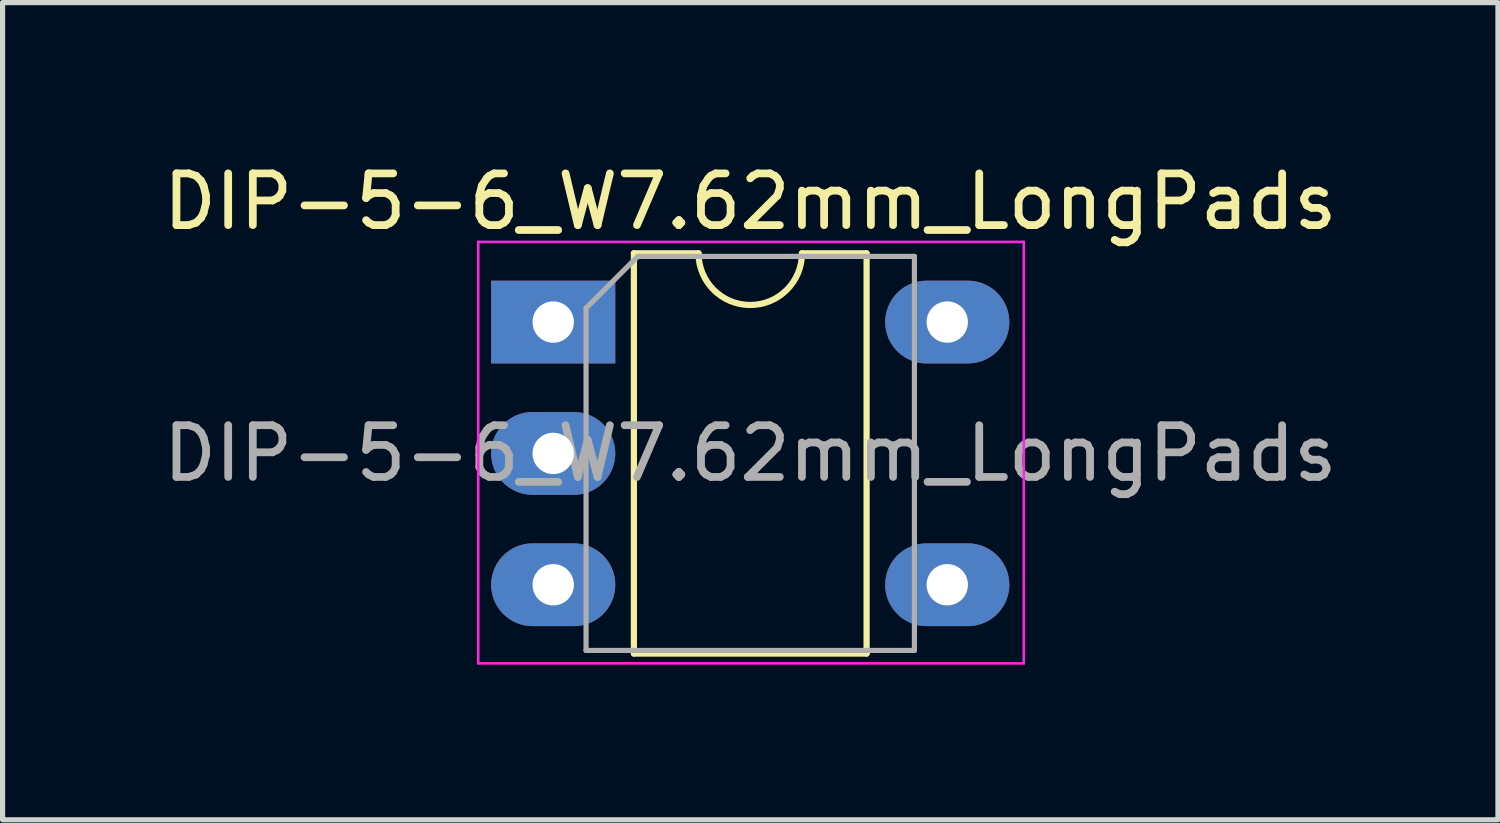
<source format=kicad_pcb>
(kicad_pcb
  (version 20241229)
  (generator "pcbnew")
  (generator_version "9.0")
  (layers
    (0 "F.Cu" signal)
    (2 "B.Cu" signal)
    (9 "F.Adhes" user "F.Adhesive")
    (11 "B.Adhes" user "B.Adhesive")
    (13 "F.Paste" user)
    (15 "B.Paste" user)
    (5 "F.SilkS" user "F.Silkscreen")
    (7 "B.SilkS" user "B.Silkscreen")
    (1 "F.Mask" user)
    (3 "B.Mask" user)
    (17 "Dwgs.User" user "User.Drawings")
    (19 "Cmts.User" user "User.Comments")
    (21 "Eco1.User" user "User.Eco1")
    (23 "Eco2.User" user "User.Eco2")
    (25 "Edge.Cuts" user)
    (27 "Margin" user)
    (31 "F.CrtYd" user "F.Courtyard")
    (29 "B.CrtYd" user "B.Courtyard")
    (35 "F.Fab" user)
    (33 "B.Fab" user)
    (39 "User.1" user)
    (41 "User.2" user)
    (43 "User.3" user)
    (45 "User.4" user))
  (footprint "DIP-5-6_W7.62mm_LongPads"
    (layer "F.Cu")
    (at 7.648 3.178)
    (property "Reference" "DIP-5-6_W7.62mm_LongPads" (at 3.81 -2.33 0) (layer "F.SilkS") (effects (font (size 1 1) (thickness 0.15))))
    (attr through_hole)
    (fp_line (start 1.56 -1.33) (end 1.56 6.41) (stroke (width 0.12) (type solid)) (layer "F.SilkS"))
    (fp_line (start 1.56 6.41) (end 6.06 6.41) (stroke (width 0.12) (type solid)) (layer "F.SilkS"))
    (fp_line (start 2.81 -1.33) (end 1.56 -1.33) (stroke (width 0.12) (type solid)) (layer "F.SilkS"))
    (fp_line (start 6.06 -1.33) (end 4.81 -1.33) (stroke (width 0.12) (type solid)) (layer "F.SilkS"))
    (fp_line (start 6.06 6.41) (end 6.06 -1.33) (stroke (width 0.12) (type solid)) (layer "F.SilkS"))
    (fp_arc (start 4.81 -1.33) (mid 3.81 -0.33) (end 2.81 -1.33) (stroke (width 0.12) (type solid)) (layer "F.SilkS"))
    (fp_line (start -1.45 -1.55) (end -1.45 6.6) (stroke (width 0.05) (type solid)) (layer "F.CrtYd"))
    (fp_line (start -1.45 6.6) (end 9.1 6.6) (stroke (width 0.05) (type solid)) (layer "F.CrtYd"))
    (fp_line (start 9.1 -1.55) (end -1.45 -1.55) (stroke (width 0.05) (type solid)) (layer "F.CrtYd"))
    (fp_line (start 9.1 6.6) (end 9.1 -1.55) (stroke (width 0.05) (type solid)) (layer "F.CrtYd"))
    (fp_line (start 0.635 -0.27) (end 1.635 -1.27) (stroke (width 0.1) (type solid)) (layer "F.Fab"))
    (fp_line (start 0.635 6.35) (end 0.635 -0.27) (stroke (width 0.1) (type solid)) (layer "F.Fab"))
    (fp_line (start 1.635 -1.27) (end 6.985 -1.27) (stroke (width 0.1) (type solid)) (layer "F.Fab"))
    (fp_line (start 6.985 -1.27) (end 6.985 6.35) (stroke (width 0.1) (type solid)) (layer "F.Fab"))
    (fp_line (start 6.985 6.35) (end 0.635 6.35) (stroke (width 0.1) (type solid)) (layer "F.Fab"))
    (fp_text user "${REFERENCE}" (at 3.81 2.54 0) (layer "F.Fab") (effects (font (size 1 1) (thickness 0.15))))
    (pad "1" thru_hole rect (at 0 0) (size 2.4 1.6) (drill 0.8) (layers "*.Cu" "*.Mask"))
    (pad "2" thru_hole oval (at 0 2.54) (size 2.4 1.6) (drill 0.8) (layers "*.Cu" "*.Mask"))
    (pad "3" thru_hole oval (at 7.62 0) (size 2.4 1.6) (drill 0.8) (layers "*.Cu" "*.Mask"))
    (pad "4" thru_hole oval (at 7.62 5.08) (size 2.4 1.6) (drill 0.8) (layers "*.Cu" "*.Mask"))
    (pad "5" thru_hole oval (at 0 5.08) (size 2.4 1.6) (drill 0.8) (layers "*.Cu" "*.Mask")))
  (gr_rect
    (start -3 -3)
    (end 25.917 12.803)
    (stroke (width 0.1) (type default))
    (fill no)
    (layer "Edge.Cuts")))
</source>
